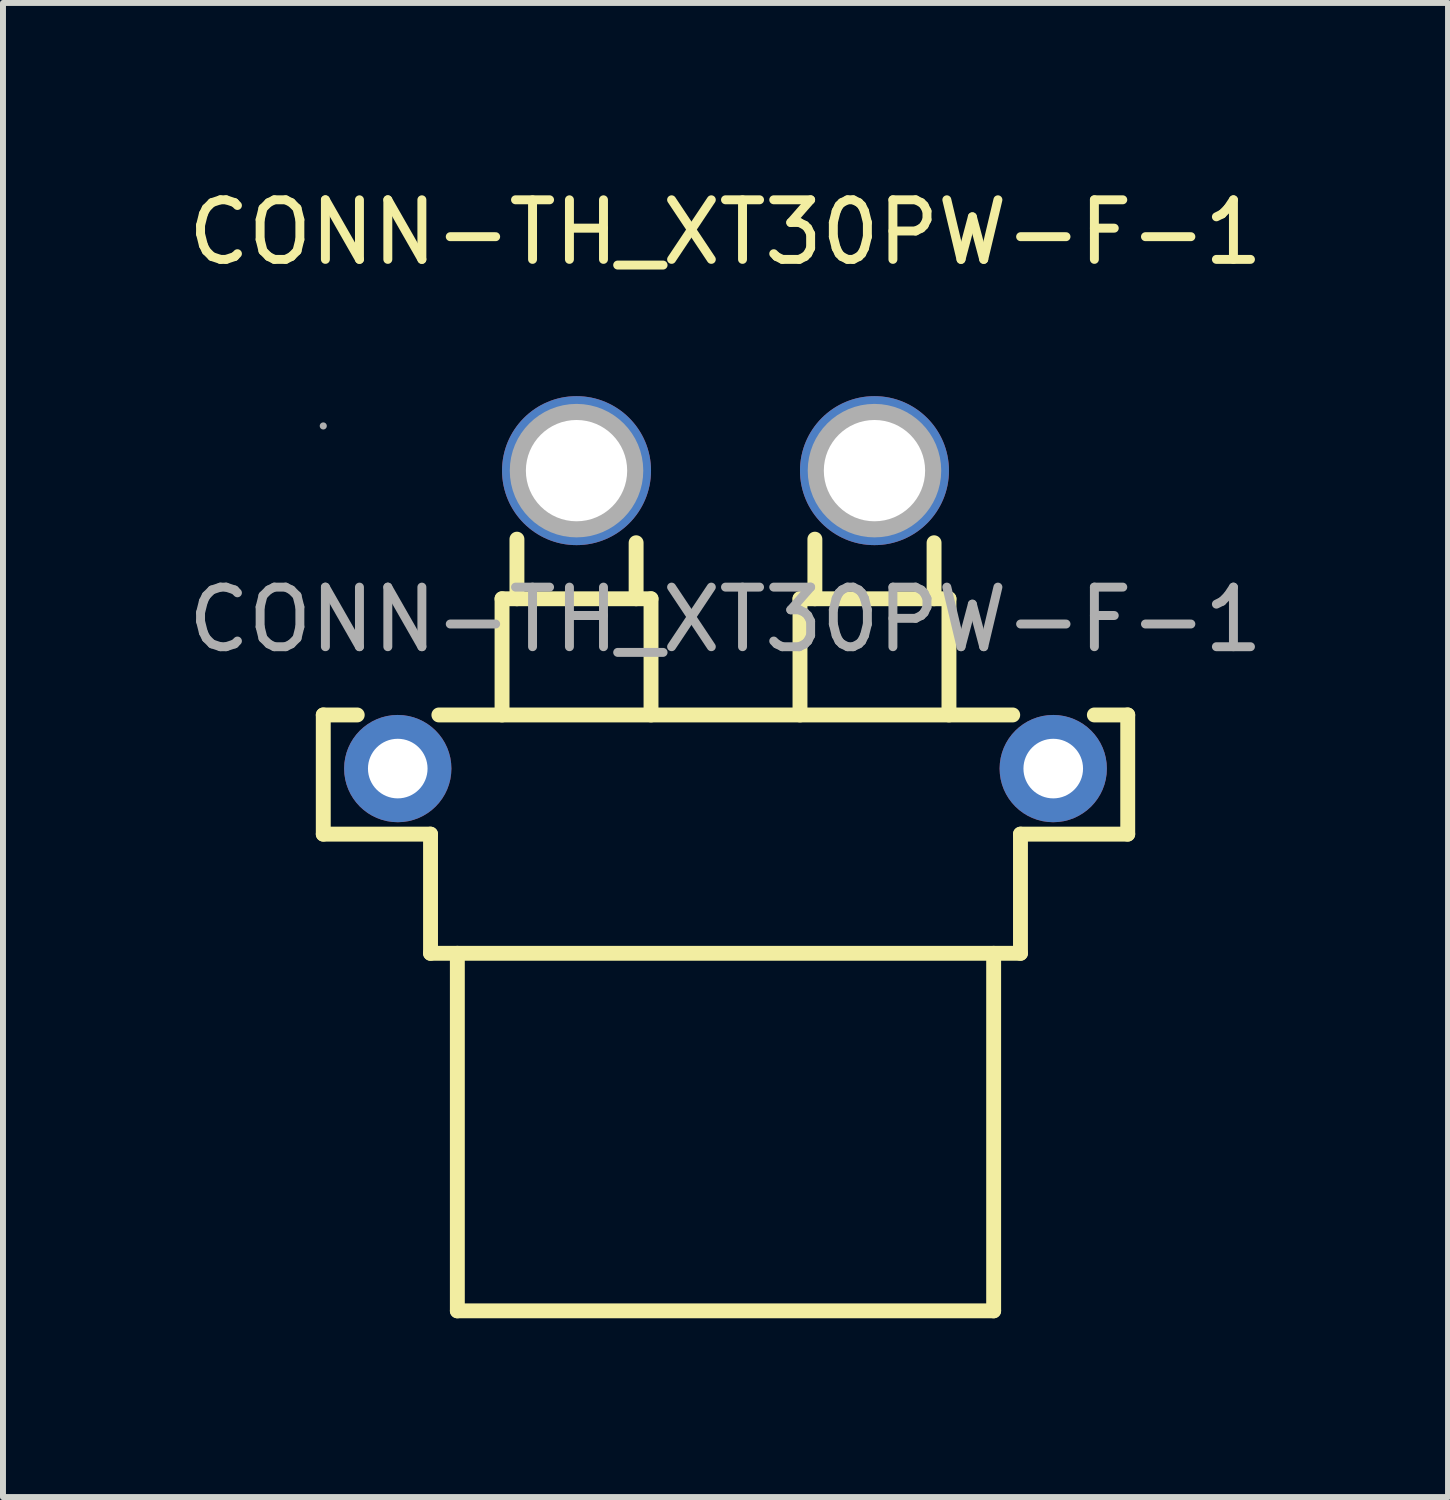
<source format=kicad_pcb>
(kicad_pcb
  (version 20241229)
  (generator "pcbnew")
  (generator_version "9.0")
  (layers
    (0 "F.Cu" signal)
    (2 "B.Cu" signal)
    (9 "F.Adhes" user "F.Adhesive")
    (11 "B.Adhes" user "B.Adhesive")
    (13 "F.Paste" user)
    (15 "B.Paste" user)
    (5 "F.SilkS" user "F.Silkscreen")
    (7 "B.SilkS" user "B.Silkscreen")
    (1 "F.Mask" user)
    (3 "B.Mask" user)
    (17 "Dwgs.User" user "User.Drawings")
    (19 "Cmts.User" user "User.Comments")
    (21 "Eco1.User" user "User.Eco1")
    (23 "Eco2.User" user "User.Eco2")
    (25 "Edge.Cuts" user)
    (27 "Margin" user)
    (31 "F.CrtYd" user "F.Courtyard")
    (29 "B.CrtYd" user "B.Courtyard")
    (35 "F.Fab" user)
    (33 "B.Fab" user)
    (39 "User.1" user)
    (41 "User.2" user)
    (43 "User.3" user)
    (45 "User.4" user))
  (footprint "CONN-TH_XT30PW-F-1"
    (layer "F.Cu")
    (at 9.125 7.348)
    (property "Reference" "CONN-TH_XT30PW-F-1" (at 0 -6.5 0) (layer "F.SilkS") (effects (font (size 1 1) (thickness 0.15))))
    (attr through_hole)
    (fp_line (start -6.75 1.6) (end -6.75 3.6) (stroke (width 0.25) (type solid)) (layer "F.SilkS"))
    (fp_line (start -6.75 3.6) (end -4.95 3.6) (stroke (width 0.25) (type solid)) (layer "F.SilkS"))
    (fp_line (start -6.18 1.6) (end -6.75 1.6) (stroke (width 0.25) (type solid)) (layer "F.SilkS"))
    (fp_line (start -4.95 5.6) (end -4.95 3.6) (stroke (width 0.25) (type solid)) (layer "F.SilkS"))
    (fp_line (start -4.81 1.6) (end 4.82 1.6) (stroke (width 0.25) (type solid)) (layer "F.SilkS"))
    (fp_line (start -4.5 11.6) (end -4.5 5.6) (stroke (width 0.25) (type solid)) (layer "F.SilkS"))
    (fp_line (start -4.5 11.6) (end 4.5 11.6) (stroke (width 0.25) (type solid)) (layer "F.SilkS"))
    (fp_line (start -3.75 -0.35) (end -1.25 -0.35) (stroke (width 0.25) (type solid)) (layer "F.SilkS"))
    (fp_line (start -3.75 1.6) (end -3.75 -0.35) (stroke (width 0.25) (type solid)) (layer "F.SilkS"))
    (fp_line (start -3.5 -0.35) (end -3.5 -1.35) (stroke (width 0.25) (type solid)) (layer "F.SilkS"))
    (fp_line (start -1.5 -0.35) (end -1.5 -1.29) (stroke (width 0.25) (type solid)) (layer "F.SilkS"))
    (fp_line (start -1.25 1.6) (end -1.25 -0.35) (stroke (width 0.25) (type solid)) (layer "F.SilkS"))
    (fp_line (start 1.25 -0.35) (end 3.75 -0.35) (stroke (width 0.25) (type solid)) (layer "F.SilkS"))
    (fp_line (start 1.25 1.6) (end 1.25 -0.35) (stroke (width 0.25) (type solid)) (layer "F.SilkS"))
    (fp_line (start 1.5 -0.35) (end 1.5 -1.35) (stroke (width 0.25) (type solid)) (layer "F.SilkS"))
    (fp_line (start 3.5 -0.35) (end 3.5 -1.29) (stroke (width 0.25) (type solid)) (layer "F.SilkS"))
    (fp_line (start 3.75 1.6) (end 3.75 -0.35) (stroke (width 0.25) (type solid)) (layer "F.SilkS"))
    (fp_line (start 4.5 11.6) (end 4.5 5.6) (stroke (width 0.25) (type solid)) (layer "F.SilkS"))
    (fp_line (start 4.95 5.6) (end -4.95 5.6) (stroke (width 0.25) (type solid)) (layer "F.SilkS"))
    (fp_line (start 4.95 5.6) (end 4.95 3.6) (stroke (width 0.25) (type solid)) (layer "F.SilkS"))
    (fp_line (start 6.19 1.6) (end 6.75 1.6) (stroke (width 0.25) (type solid)) (layer "F.SilkS"))
    (fp_line (start 6.75 1.6) (end 6.75 3.6) (stroke (width 0.25) (type solid)) (layer "F.SilkS"))
    (fp_line (start 6.75 3.6) (end 4.95 3.6) (stroke (width 0.25) (type solid)) (layer "F.SilkS"))
    (fp_circle (center -6.75 -3.25) (end -6.72 -3.25) (stroke (width 0.06) (type solid)) (fill no) (layer "F.Fab"))
    (fp_circle (center -5.5 2.5) (end -5.3 2.5) (stroke (width 0.4) (type solid)) (fill no) (layer "F.Fab"))
    (fp_circle (center -2.5 -2.5) (end -2.13 -2.5) (stroke (width 0.75) (type solid)) (fill no) (layer "F.Fab"))
    (fp_circle (center 2.5 -2.5) (end 2.87 -2.5) (stroke (width 0.75) (type solid)) (fill no) (layer "F.Fab"))
    (fp_circle (center 5.5 2.5) (end 5.7 2.5) (stroke (width 0.4) (type solid)) (fill no) (layer "F.Fab"))
    (fp_text user "${REFERENCE}" (at 0 0 0) (layer "F.Fab") (effects (font (size 1 1) (thickness 0.15))))
    (pad "1" thru_hole circle (at -2.5 -2.5) (size 2.5 2.5) (drill 1.7) (layers "*.Cu" "*.Mask"))
    (pad "2" thru_hole circle (at 2.5 -2.5) (size 2.5 2.5) (drill 1.7) (layers "*.Cu" "*.Mask"))
    (pad "3" thru_hole circle (at 5.5 2.5) (size 1.8 1.8) (drill 1) (layers "*.Cu" "*.Mask"))
    (pad "4" thru_hole circle (at -5.5 2.5) (size 1.8 1.8) (drill 1) (layers "*.Cu" "*.Mask")))
  (gr_rect
    (start -3 -3)
    (end 21.25 22.073)
    (stroke (width 0.1) (type default))
    (fill no)
    (layer "Edge.Cuts")))
</source>
